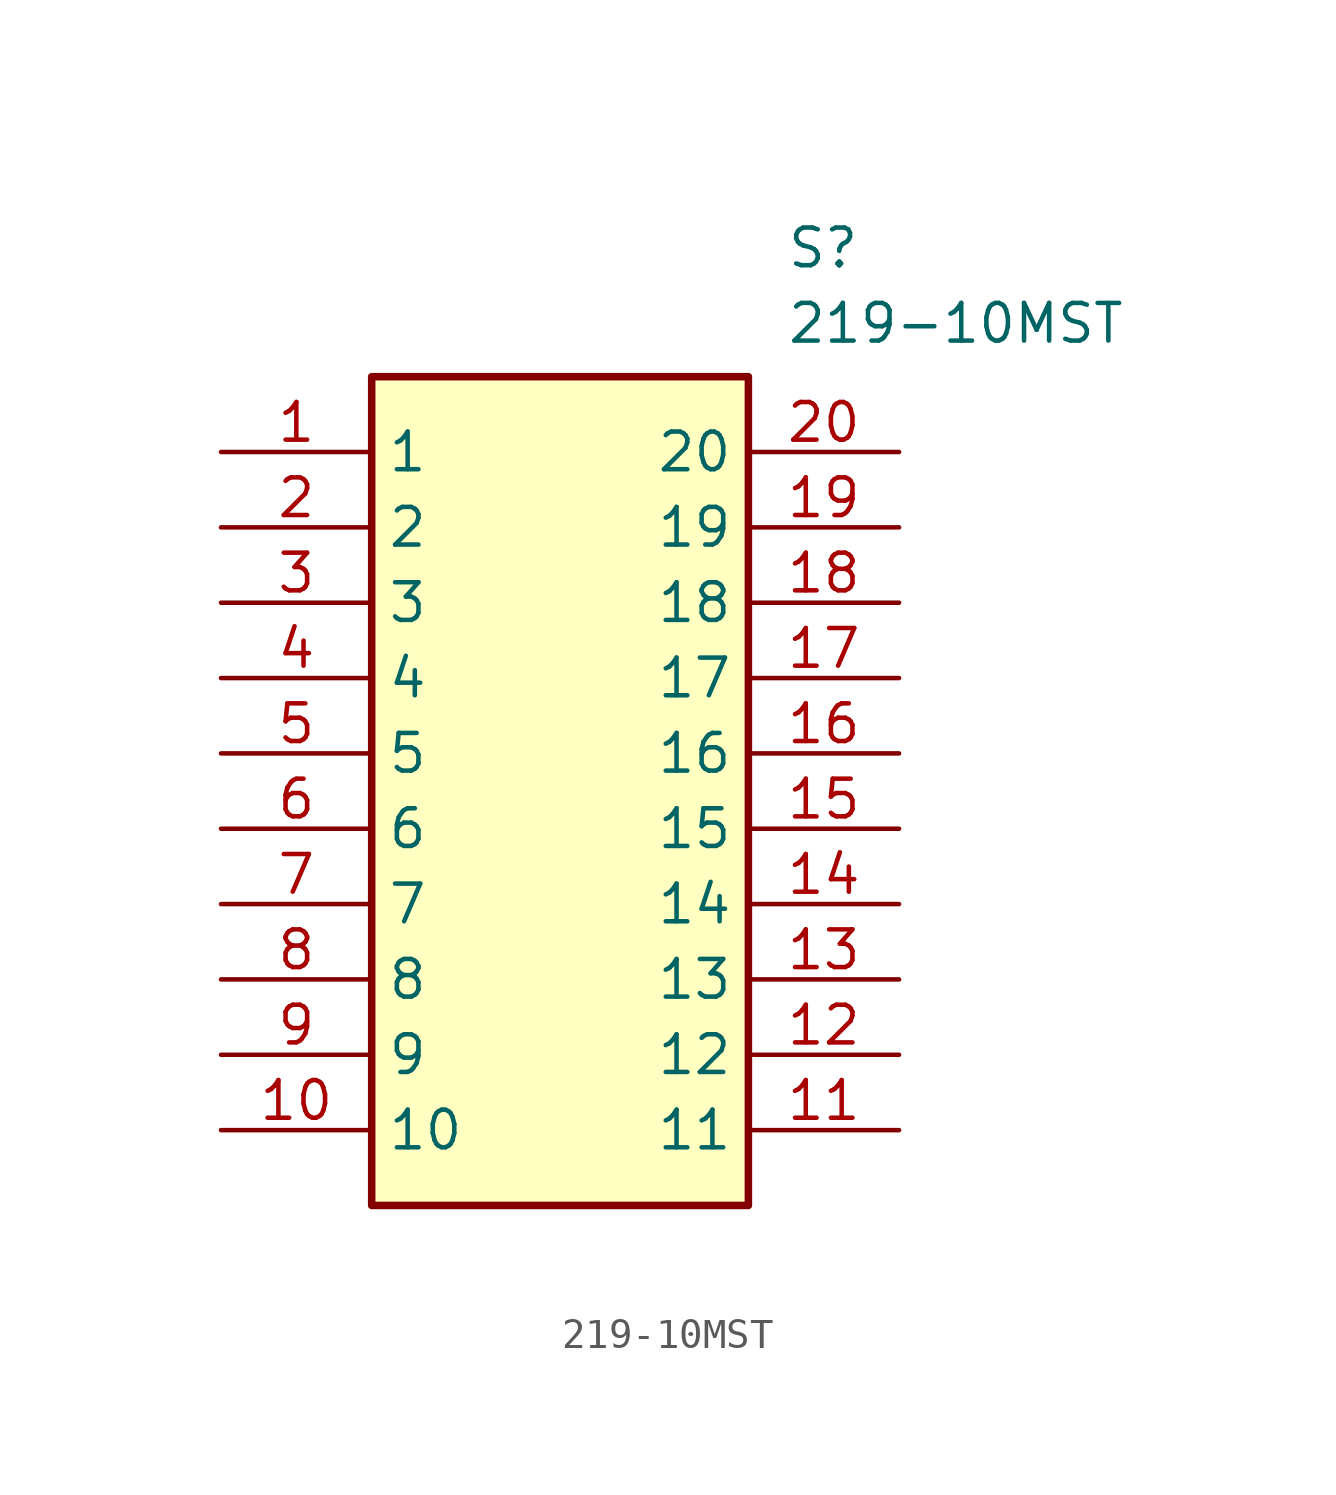
<source format=kicad_sym>
(kicad_symbol_lib
  (version 20211014)
  (generator SamacSys_ECAD_Model)
  (symbol "219-10MST"
    (property "Reference" "S"
      (at 19.05 7.62 0)
      (effects (font (size 1.27 1.27)) (justify left top)))
    (property "Value" "219-10MST"
      (at 19.05 5.08 0)
      (effects (font (size 1.27 1.27)) (justify left top)))
    (rectangle
      (start 5.08 2.54)
      (end 17.78 -25.4)
      (stroke (width 0.254) (type default))
      (fill (type background)))
    (pin passive line
      (at 0 0 0)
      (length 5.08)
      (name "1" (effects (font (size 1.27 1.27))))
      (number "1" (effects (font (size 1.27 1.27)))))
    (pin passive line
      (at 0 -2.54 0)
      (length 5.08)
      (name "2" (effects (font (size 1.27 1.27))))
      (number "2" (effects (font (size 1.27 1.27)))))
    (pin passive line
      (at 0 -5.08 0)
      (length 5.08)
      (name "3" (effects (font (size 1.27 1.27))))
      (number "3" (effects (font (size 1.27 1.27)))))
    (pin passive line
      (at 0 -7.62 0)
      (length 5.08)
      (name "4" (effects (font (size 1.27 1.27))))
      (number "4" (effects (font (size 1.27 1.27)))))
    (pin passive line
      (at 0 -10.16 0)
      (length 5.08)
      (name "5" (effects (font (size 1.27 1.27))))
      (number "5" (effects (font (size 1.27 1.27)))))
    (pin passive line
      (at 0 -12.7 0)
      (length 5.08)
      (name "6" (effects (font (size 1.27 1.27))))
      (number "6" (effects (font (size 1.27 1.27)))))
    (pin passive line
      (at 0 -15.24 0)
      (length 5.08)
      (name "7" (effects (font (size 1.27 1.27))))
      (number "7" (effects (font (size 1.27 1.27)))))
    (pin passive line
      (at 0 -17.78 0)
      (length 5.08)
      (name "8" (effects (font (size 1.27 1.27))))
      (number "8" (effects (font (size 1.27 1.27)))))
    (pin passive line
      (at 0 -20.32 0)
      (length 5.08)
      (name "9" (effects (font (size 1.27 1.27))))
      (number "9" (effects (font (size 1.27 1.27)))))
    (pin passive line
      (at 0 -22.86 0)
      (length 5.08)
      (name "10" (effects (font (size 1.27 1.27))))
      (number "10" (effects (font (size 1.27 1.27)))))
    (pin passive line
      (at 22.86 -22.86 180)
      (length 5.08)
      (name "11" (effects (font (size 1.27 1.27))))
      (number "11" (effects (font (size 1.27 1.27)))))
    (pin passive line
      (at 22.86 -20.32 180)
      (length 5.08)
      (name "12" (effects (font (size 1.27 1.27))))
      (number "12" (effects (font (size 1.27 1.27)))))
    (pin passive line
      (at 22.86 -17.78 180)
      (length 5.08)
      (name "13" (effects (font (size 1.27 1.27))))
      (number "13" (effects (font (size 1.27 1.27)))))
    (pin passive line
      (at 22.86 -15.24 180)
      (length 5.08)
      (name "14" (effects (font (size 1.27 1.27))))
      (number "14" (effects (font (size 1.27 1.27)))))
    (pin passive line
      (at 22.86 -12.7 180)
      (length 5.08)
      (name "15" (effects (font (size 1.27 1.27))))
      (number "15" (effects (font (size 1.27 1.27)))))
    (pin passive line
      (at 22.86 -10.16 180)
      (length 5.08)
      (name "16" (effects (font (size 1.27 1.27))))
      (number "16" (effects (font (size 1.27 1.27)))))
    (pin passive line
      (at 22.86 -7.62 180)
      (length 5.08)
      (name "17" (effects (font (size 1.27 1.27))))
      (number "17" (effects (font (size 1.27 1.27)))))
    (pin passive line
      (at 22.86 -5.08 180)
      (length 5.08)
      (name "18" (effects (font (size 1.27 1.27))))
      (number "18" (effects (font (size 1.27 1.27)))))
    (pin passive line
      (at 22.86 -2.54 180)
      (length 5.08)
      (name "19" (effects (font (size 1.27 1.27))))
      (number "19" (effects (font (size 1.27 1.27)))))
    (pin passive line
      (at 22.86 0 180)
      (length 5.08)
      (name "20" (effects (font (size 1.27 1.27))))
      (number "20" (effects (font (size 1.27 1.27)))))))
</source>
